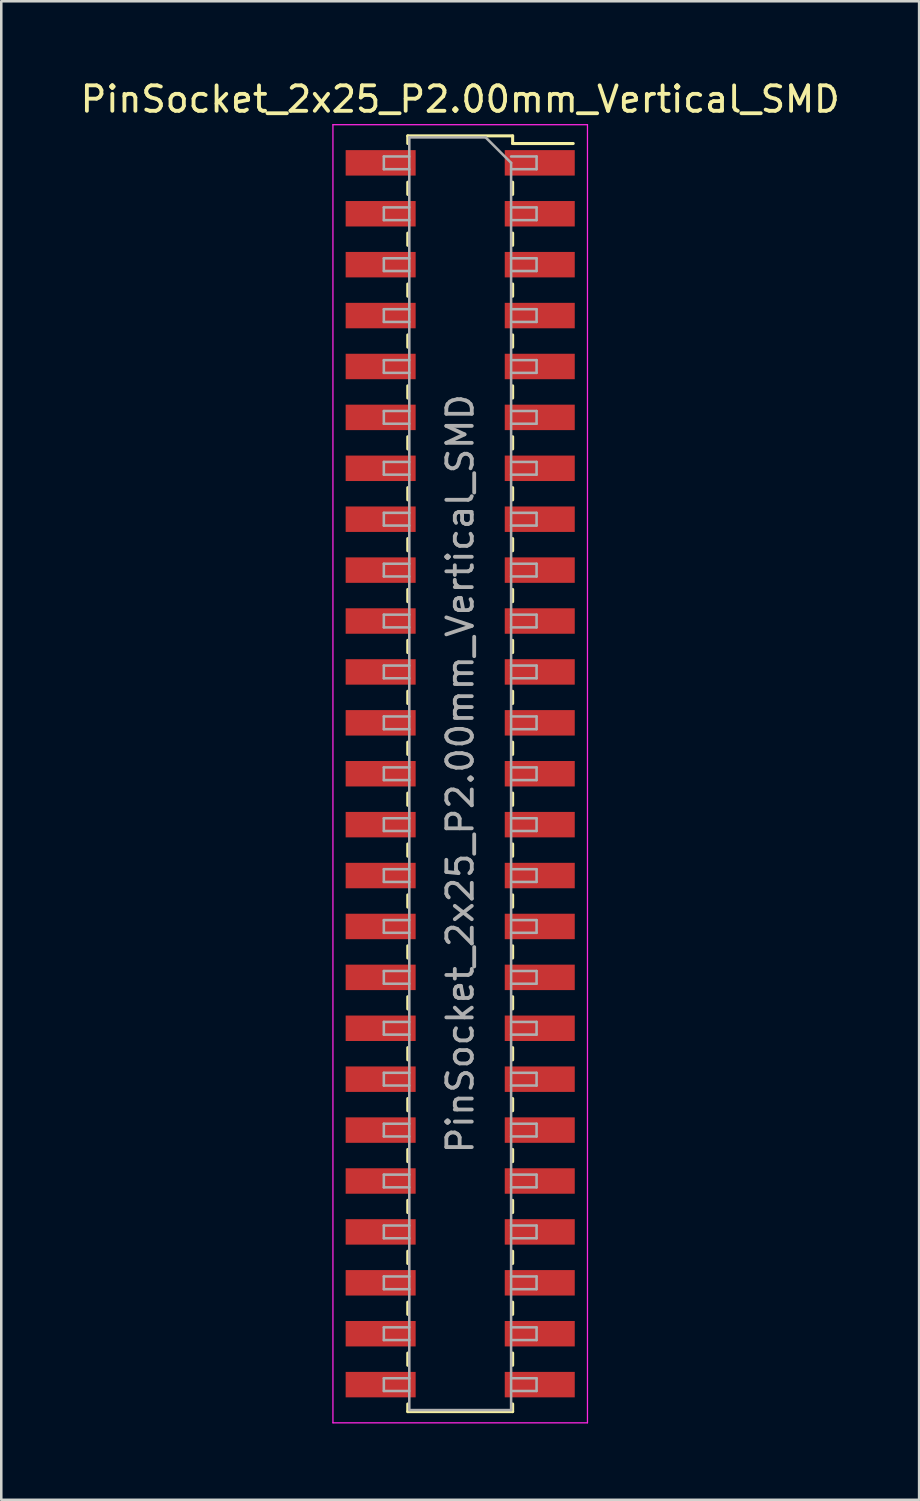
<source format=kicad_pcb>
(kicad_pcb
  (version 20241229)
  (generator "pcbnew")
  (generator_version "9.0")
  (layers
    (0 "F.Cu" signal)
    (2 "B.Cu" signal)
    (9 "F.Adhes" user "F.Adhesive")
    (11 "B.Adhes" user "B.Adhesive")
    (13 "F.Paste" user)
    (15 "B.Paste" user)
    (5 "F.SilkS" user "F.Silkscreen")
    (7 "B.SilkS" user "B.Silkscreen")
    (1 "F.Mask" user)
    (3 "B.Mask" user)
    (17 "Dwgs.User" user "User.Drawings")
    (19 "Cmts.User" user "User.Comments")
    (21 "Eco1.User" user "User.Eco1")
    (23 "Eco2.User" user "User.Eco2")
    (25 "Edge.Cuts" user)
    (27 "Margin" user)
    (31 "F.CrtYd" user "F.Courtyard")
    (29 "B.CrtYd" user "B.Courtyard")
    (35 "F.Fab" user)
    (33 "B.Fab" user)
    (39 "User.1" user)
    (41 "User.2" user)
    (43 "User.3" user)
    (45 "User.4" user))
  (footprint "PinSocket_2x25_P2.00mm_Vertical_SMD"
    (layer "F.Cu")
    (at 15.03 27.348)
    (property "Reference" "PinSocket_2x25_P2.00mm_Vertical_SMD" (at 0 -26.5 0) (layer "F.SilkS") (effects (font (size 1 1) (thickness 0.15))))
    (attr smd)
    (fp_line (start -2.06 -25.06) (end -2.06 -24.76) (stroke (width 0.12) (type solid)) (layer "F.SilkS"))
    (fp_line (start -2.06 -25.06) (end 2.06 -25.06) (stroke (width 0.12) (type solid)) (layer "F.SilkS"))
    (fp_line (start -2.06 -23.24) (end -2.06 -22.76) (stroke (width 0.12) (type solid)) (layer "F.SilkS"))
    (fp_line (start -2.06 -21.24) (end -2.06 -20.76) (stroke (width 0.12) (type solid)) (layer "F.SilkS"))
    (fp_line (start -2.06 -19.24) (end -2.06 -18.76) (stroke (width 0.12) (type solid)) (layer "F.SilkS"))
    (fp_line (start -2.06 -17.24) (end -2.06 -16.76) (stroke (width 0.12) (type solid)) (layer "F.SilkS"))
    (fp_line (start -2.06 -15.24) (end -2.06 -14.76) (stroke (width 0.12) (type solid)) (layer "F.SilkS"))
    (fp_line (start -2.06 -13.24) (end -2.06 -12.76) (stroke (width 0.12) (type solid)) (layer "F.SilkS"))
    (fp_line (start -2.06 -11.24) (end -2.06 -10.76) (stroke (width 0.12) (type solid)) (layer "F.SilkS"))
    (fp_line (start -2.06 -9.24) (end -2.06 -8.76) (stroke (width 0.12) (type solid)) (layer "F.SilkS"))
    (fp_line (start -2.06 -7.24) (end -2.06 -6.76) (stroke (width 0.12) (type solid)) (layer "F.SilkS"))
    (fp_line (start -2.06 -5.24) (end -2.06 -4.76) (stroke (width 0.12) (type solid)) (layer "F.SilkS"))
    (fp_line (start -2.06 -3.24) (end -2.06 -2.76) (stroke (width 0.12) (type solid)) (layer "F.SilkS"))
    (fp_line (start -2.06 -1.24) (end -2.06 -0.76) (stroke (width 0.12) (type solid)) (layer "F.SilkS"))
    (fp_line (start -2.06 0.76) (end -2.06 1.24) (stroke (width 0.12) (type solid)) (layer "F.SilkS"))
    (fp_line (start -2.06 2.76) (end -2.06 3.24) (stroke (width 0.12) (type solid)) (layer "F.SilkS"))
    (fp_line (start -2.06 4.76) (end -2.06 5.24) (stroke (width 0.12) (type solid)) (layer "F.SilkS"))
    (fp_line (start -2.06 6.76) (end -2.06 7.24) (stroke (width 0.12) (type solid)) (layer "F.SilkS"))
    (fp_line (start -2.06 8.76) (end -2.06 9.24) (stroke (width 0.12) (type solid)) (layer "F.SilkS"))
    (fp_line (start -2.06 10.76) (end -2.06 11.24) (stroke (width 0.12) (type solid)) (layer "F.SilkS"))
    (fp_line (start -2.06 12.76) (end -2.06 13.24) (stroke (width 0.12) (type solid)) (layer "F.SilkS"))
    (fp_line (start -2.06 14.76) (end -2.06 15.24) (stroke (width 0.12) (type solid)) (layer "F.SilkS"))
    (fp_line (start -2.06 16.76) (end -2.06 17.24) (stroke (width 0.12) (type solid)) (layer "F.SilkS"))
    (fp_line (start -2.06 18.76) (end -2.06 19.24) (stroke (width 0.12) (type solid)) (layer "F.SilkS"))
    (fp_line (start -2.06 20.76) (end -2.06 21.24) (stroke (width 0.12) (type solid)) (layer "F.SilkS"))
    (fp_line (start -2.06 22.76) (end -2.06 23.24) (stroke (width 0.12) (type solid)) (layer "F.SilkS"))
    (fp_line (start -2.06 24.76) (end -2.06 25.06) (stroke (width 0.12) (type solid)) (layer "F.SilkS"))
    (fp_line (start -2.06 25.06) (end 2.06 25.06) (stroke (width 0.12) (type solid)) (layer "F.SilkS"))
    (fp_line (start 2.06 -25.06) (end 2.06 -24.76) (stroke (width 0.12) (type solid)) (layer "F.SilkS"))
    (fp_line (start 2.06 -24.76) (end 4.44 -24.76) (stroke (width 0.12) (type solid)) (layer "F.SilkS"))
    (fp_line (start 2.06 -23.24) (end 2.06 -22.76) (stroke (width 0.12) (type solid)) (layer "F.SilkS"))
    (fp_line (start 2.06 -21.24) (end 2.06 -20.76) (stroke (width 0.12) (type solid)) (layer "F.SilkS"))
    (fp_line (start 2.06 -19.24) (end 2.06 -18.76) (stroke (width 0.12) (type solid)) (layer "F.SilkS"))
    (fp_line (start 2.06 -17.24) (end 2.06 -16.76) (stroke (width 0.12) (type solid)) (layer "F.SilkS"))
    (fp_line (start 2.06 -15.24) (end 2.06 -14.76) (stroke (width 0.12) (type solid)) (layer "F.SilkS"))
    (fp_line (start 2.06 -13.24) (end 2.06 -12.76) (stroke (width 0.12) (type solid)) (layer "F.SilkS"))
    (fp_line (start 2.06 -11.24) (end 2.06 -10.76) (stroke (width 0.12) (type solid)) (layer "F.SilkS"))
    (fp_line (start 2.06 -9.24) (end 2.06 -8.76) (stroke (width 0.12) (type solid)) (layer "F.SilkS"))
    (fp_line (start 2.06 -7.24) (end 2.06 -6.76) (stroke (width 0.12) (type solid)) (layer "F.SilkS"))
    (fp_line (start 2.06 -5.24) (end 2.06 -4.76) (stroke (width 0.12) (type solid)) (layer "F.SilkS"))
    (fp_line (start 2.06 -3.24) (end 2.06 -2.76) (stroke (width 0.12) (type solid)) (layer "F.SilkS"))
    (fp_line (start 2.06 -1.24) (end 2.06 -0.76) (stroke (width 0.12) (type solid)) (layer "F.SilkS"))
    (fp_line (start 2.06 0.76) (end 2.06 1.24) (stroke (width 0.12) (type solid)) (layer "F.SilkS"))
    (fp_line (start 2.06 2.76) (end 2.06 3.24) (stroke (width 0.12) (type solid)) (layer "F.SilkS"))
    (fp_line (start 2.06 4.76) (end 2.06 5.24) (stroke (width 0.12) (type solid)) (layer "F.SilkS"))
    (fp_line (start 2.06 6.76) (end 2.06 7.24) (stroke (width 0.12) (type solid)) (layer "F.SilkS"))
    (fp_line (start 2.06 8.76) (end 2.06 9.24) (stroke (width 0.12) (type solid)) (layer "F.SilkS"))
    (fp_line (start 2.06 10.76) (end 2.06 11.24) (stroke (width 0.12) (type solid)) (layer "F.SilkS"))
    (fp_line (start 2.06 12.76) (end 2.06 13.24) (stroke (width 0.12) (type solid)) (layer "F.SilkS"))
    (fp_line (start 2.06 14.76) (end 2.06 15.24) (stroke (width 0.12) (type solid)) (layer "F.SilkS"))
    (fp_line (start 2.06 16.76) (end 2.06 17.24) (stroke (width 0.12) (type solid)) (layer "F.SilkS"))
    (fp_line (start 2.06 18.76) (end 2.06 19.24) (stroke (width 0.12) (type solid)) (layer "F.SilkS"))
    (fp_line (start 2.06 20.76) (end 2.06 21.24) (stroke (width 0.12) (type solid)) (layer "F.SilkS"))
    (fp_line (start 2.06 22.76) (end 2.06 23.24) (stroke (width 0.12) (type solid)) (layer "F.SilkS"))
    (fp_line (start 2.06 24.76) (end 2.06 25.06) (stroke (width 0.12) (type solid)) (layer "F.SilkS"))
    (fp_line (start -5 -25.5) (end 5 -25.5) (stroke (width 0.05) (type solid)) (layer "F.CrtYd"))
    (fp_line (start -5 25.5) (end -5 -25.5) (stroke (width 0.05) (type solid)) (layer "F.CrtYd"))
    (fp_line (start 5 -25.5) (end 5 25.5) (stroke (width 0.05) (type solid)) (layer "F.CrtYd"))
    (fp_line (start 5 25.5) (end -5 25.5) (stroke (width 0.05) (type solid)) (layer "F.CrtYd"))
    (fp_line (start -3 -24.25) (end -2 -24.25) (stroke (width 0.1) (type solid)) (layer "F.Fab"))
    (fp_line (start -3 -23.75) (end -3 -24.25) (stroke (width 0.1) (type solid)) (layer "F.Fab"))
    (fp_line (start -3 -22.25) (end -2 -22.25) (stroke (width 0.1) (type solid)) (layer "F.Fab"))
    (fp_line (start -3 -21.75) (end -3 -22.25) (stroke (width 0.1) (type solid)) (layer "F.Fab"))
    (fp_line (start -3 -20.25) (end -2 -20.25) (stroke (width 0.1) (type solid)) (layer "F.Fab"))
    (fp_line (start -3 -19.75) (end -3 -20.25) (stroke (width 0.1) (type solid)) (layer "F.Fab"))
    (fp_line (start -3 -18.25) (end -2 -18.25) (stroke (width 0.1) (type solid)) (layer "F.Fab"))
    (fp_line (start -3 -17.75) (end -3 -18.25) (stroke (width 0.1) (type solid)) (layer "F.Fab"))
    (fp_line (start -3 -16.25) (end -2 -16.25) (stroke (width 0.1) (type solid)) (layer "F.Fab"))
    (fp_line (start -3 -15.75) (end -3 -16.25) (stroke (width 0.1) (type solid)) (layer "F.Fab"))
    (fp_line (start -3 -14.25) (end -2 -14.25) (stroke (width 0.1) (type solid)) (layer "F.Fab"))
    (fp_line (start -3 -13.75) (end -3 -14.25) (stroke (width 0.1) (type solid)) (layer "F.Fab"))
    (fp_line (start -3 -12.25) (end -2 -12.25) (stroke (width 0.1) (type solid)) (layer "F.Fab"))
    (fp_line (start -3 -11.75) (end -3 -12.25) (stroke (width 0.1) (type solid)) (layer "F.Fab"))
    (fp_line (start -3 -10.25) (end -2 -10.25) (stroke (width 0.1) (type solid)) (layer "F.Fab"))
    (fp_line (start -3 -9.75) (end -3 -10.25) (stroke (width 0.1) (type solid)) (layer "F.Fab"))
    (fp_line (start -3 -8.25) (end -2 -8.25) (stroke (width 0.1) (type solid)) (layer "F.Fab"))
    (fp_line (start -3 -7.75) (end -3 -8.25) (stroke (width 0.1) (type solid)) (layer "F.Fab"))
    (fp_line (start -3 -6.25) (end -2 -6.25) (stroke (width 0.1) (type solid)) (layer "F.Fab"))
    (fp_line (start -3 -5.75) (end -3 -6.25) (stroke (width 0.1) (type solid)) (layer "F.Fab"))
    (fp_line (start -3 -4.25) (end -2 -4.25) (stroke (width 0.1) (type solid)) (layer "F.Fab"))
    (fp_line (start -3 -3.75) (end -3 -4.25) (stroke (width 0.1) (type solid)) (layer "F.Fab"))
    (fp_line (start -3 -2.25) (end -2 -2.25) (stroke (width 0.1) (type solid)) (layer "F.Fab"))
    (fp_line (start -3 -1.75) (end -3 -2.25) (stroke (width 0.1) (type solid)) (layer "F.Fab"))
    (fp_line (start -3 -0.25) (end -2 -0.25) (stroke (width 0.1) (type solid)) (layer "F.Fab"))
    (fp_line (start -3 0.25) (end -3 -0.25) (stroke (width 0.1) (type solid)) (layer "F.Fab"))
    (fp_line (start -3 1.75) (end -2 1.75) (stroke (width 0.1) (type solid)) (layer "F.Fab"))
    (fp_line (start -3 2.25) (end -3 1.75) (stroke (width 0.1) (type solid)) (layer "F.Fab"))
    (fp_line (start -3 3.75) (end -2 3.75) (stroke (width 0.1) (type solid)) (layer "F.Fab"))
    (fp_line (start -3 4.25) (end -3 3.75) (stroke (width 0.1) (type solid)) (layer "F.Fab"))
    (fp_line (start -3 5.75) (end -2 5.75) (stroke (width 0.1) (type solid)) (layer "F.Fab"))
    (fp_line (start -3 6.25) (end -3 5.75) (stroke (width 0.1) (type solid)) (layer "F.Fab"))
    (fp_line (start -3 7.75) (end -2 7.75) (stroke (width 0.1) (type solid)) (layer "F.Fab"))
    (fp_line (start -3 8.25) (end -3 7.75) (stroke (width 0.1) (type solid)) (layer "F.Fab"))
    (fp_line (start -3 9.75) (end -2 9.75) (stroke (width 0.1) (type solid)) (layer "F.Fab"))
    (fp_line (start -3 10.25) (end -3 9.75) (stroke (width 0.1) (type solid)) (layer "F.Fab"))
    (fp_line (start -3 11.75) (end -2 11.75) (stroke (width 0.1) (type solid)) (layer "F.Fab"))
    (fp_line (start -3 12.25) (end -3 11.75) (stroke (width 0.1) (type solid)) (layer "F.Fab"))
    (fp_line (start -3 13.75) (end -2 13.75) (stroke (width 0.1) (type solid)) (layer "F.Fab"))
    (fp_line (start -3 14.25) (end -3 13.75) (stroke (width 0.1) (type solid)) (layer "F.Fab"))
    (fp_line (start -3 15.75) (end -2 15.75) (stroke (width 0.1) (type solid)) (layer "F.Fab"))
    (fp_line (start -3 16.25) (end -3 15.75) (stroke (width 0.1) (type solid)) (layer "F.Fab"))
    (fp_line (start -3 17.75) (end -2 17.75) (stroke (width 0.1) (type solid)) (layer "F.Fab"))
    (fp_line (start -3 18.25) (end -3 17.75) (stroke (width 0.1) (type solid)) (layer "F.Fab"))
    (fp_line (start -3 19.75) (end -2 19.75) (stroke (width 0.1) (type solid)) (layer "F.Fab"))
    (fp_line (start -3 20.25) (end -3 19.75) (stroke (width 0.1) (type solid)) (layer "F.Fab"))
    (fp_line (start -3 21.75) (end -2 21.75) (stroke (width 0.1) (type solid)) (layer "F.Fab"))
    (fp_line (start -3 22.25) (end -3 21.75) (stroke (width 0.1) (type solid)) (layer "F.Fab"))
    (fp_line (start -3 23.75) (end -2 23.75) (stroke (width 0.1) (type solid)) (layer "F.Fab"))
    (fp_line (start -3 24.25) (end -3 23.75) (stroke (width 0.1) (type solid)) (layer "F.Fab"))
    (fp_line (start -2 -25) (end 1 -25) (stroke (width 0.1) (type solid)) (layer "F.Fab"))
    (fp_line (start -2 -23.75) (end -3 -23.75) (stroke (width 0.1) (type solid)) (layer "F.Fab"))
    (fp_line (start -2 -21.75) (end -3 -21.75) (stroke (width 0.1) (type solid)) (layer "F.Fab"))
    (fp_line (start -2 -19.75) (end -3 -19.75) (stroke (width 0.1) (type solid)) (layer "F.Fab"))
    (fp_line (start -2 -17.75) (end -3 -17.75) (stroke (width 0.1) (type solid)) (layer "F.Fab"))
    (fp_line (start -2 -15.75) (end -3 -15.75) (stroke (width 0.1) (type solid)) (layer "F.Fab"))
    (fp_line (start -2 -13.75) (end -3 -13.75) (stroke (width 0.1) (type solid)) (layer "F.Fab"))
    (fp_line (start -2 -11.75) (end -3 -11.75) (stroke (width 0.1) (type solid)) (layer "F.Fab"))
    (fp_line (start -2 -9.75) (end -3 -9.75) (stroke (width 0.1) (type solid)) (layer "F.Fab"))
    (fp_line (start -2 -7.75) (end -3 -7.75) (stroke (width 0.1) (type solid)) (layer "F.Fab"))
    (fp_line (start -2 -5.75) (end -3 -5.75) (stroke (width 0.1) (type solid)) (layer "F.Fab"))
    (fp_line (start -2 -3.75) (end -3 -3.75) (stroke (width 0.1) (type solid)) (layer "F.Fab"))
    (fp_line (start -2 -1.75) (end -3 -1.75) (stroke (width 0.1) (type solid)) (layer "F.Fab"))
    (fp_line (start -2 0.25) (end -3 0.25) (stroke (width 0.1) (type solid)) (layer "F.Fab"))
    (fp_line (start -2 2.25) (end -3 2.25) (stroke (width 0.1) (type solid)) (layer "F.Fab"))
    (fp_line (start -2 4.25) (end -3 4.25) (stroke (width 0.1) (type solid)) (layer "F.Fab"))
    (fp_line (start -2 6.25) (end -3 6.25) (stroke (width 0.1) (type solid)) (layer "F.Fab"))
    (fp_line (start -2 8.25) (end -3 8.25) (stroke (width 0.1) (type solid)) (layer "F.Fab"))
    (fp_line (start -2 10.25) (end -3 10.25) (stroke (width 0.1) (type solid)) (layer "F.Fab"))
    (fp_line (start -2 12.25) (end -3 12.25) (stroke (width 0.1) (type solid)) (layer "F.Fab"))
    (fp_line (start -2 14.25) (end -3 14.25) (stroke (width 0.1) (type solid)) (layer "F.Fab"))
    (fp_line (start -2 16.25) (end -3 16.25) (stroke (width 0.1) (type solid)) (layer "F.Fab"))
    (fp_line (start -2 18.25) (end -3 18.25) (stroke (width 0.1) (type solid)) (layer "F.Fab"))
    (fp_line (start -2 20.25) (end -3 20.25) (stroke (width 0.1) (type solid)) (layer "F.Fab"))
    (fp_line (start -2 22.25) (end -3 22.25) (stroke (width 0.1) (type solid)) (layer "F.Fab"))
    (fp_line (start -2 24.25) (end -3 24.25) (stroke (width 0.1) (type solid)) (layer "F.Fab"))
    (fp_line (start -2 25) (end -2 -25) (stroke (width 0.1) (type solid)) (layer "F.Fab"))
    (fp_line (start 1 -25) (end 2 -24) (stroke (width 0.1) (type solid)) (layer "F.Fab"))
    (fp_line (start 2 -24.25) (end 3 -24.25) (stroke (width 0.1) (type solid)) (layer "F.Fab"))
    (fp_line (start 2 -24) (end 2 25) (stroke (width 0.1) (type solid)) (layer "F.Fab"))
    (fp_line (start 2 -22.25) (end 3 -22.25) (stroke (width 0.1) (type solid)) (layer "F.Fab"))
    (fp_line (start 2 -20.25) (end 3 -20.25) (stroke (width 0.1) (type solid)) (layer "F.Fab"))
    (fp_line (start 2 -18.25) (end 3 -18.25) (stroke (width 0.1) (type solid)) (layer "F.Fab"))
    (fp_line (start 2 -16.25) (end 3 -16.25) (stroke (width 0.1) (type solid)) (layer "F.Fab"))
    (fp_line (start 2 -14.25) (end 3 -14.25) (stroke (width 0.1) (type solid)) (layer "F.Fab"))
    (fp_line (start 2 -12.25) (end 3 -12.25) (stroke (width 0.1) (type solid)) (layer "F.Fab"))
    (fp_line (start 2 -10.25) (end 3 -10.25) (stroke (width 0.1) (type solid)) (layer "F.Fab"))
    (fp_line (start 2 -8.25) (end 3 -8.25) (stroke (width 0.1) (type solid)) (layer "F.Fab"))
    (fp_line (start 2 -6.25) (end 3 -6.25) (stroke (width 0.1) (type solid)) (layer "F.Fab"))
    (fp_line (start 2 -4.25) (end 3 -4.25) (stroke (width 0.1) (type solid)) (layer "F.Fab"))
    (fp_line (start 2 -2.25) (end 3 -2.25) (stroke (width 0.1) (type solid)) (layer "F.Fab"))
    (fp_line (start 2 -0.25) (end 3 -0.25) (stroke (width 0.1) (type solid)) (layer "F.Fab"))
    (fp_line (start 2 1.75) (end 3 1.75) (stroke (width 0.1) (type solid)) (layer "F.Fab"))
    (fp_line (start 2 3.75) (end 3 3.75) (stroke (width 0.1) (type solid)) (layer "F.Fab"))
    (fp_line (start 2 5.75) (end 3 5.75) (stroke (width 0.1) (type solid)) (layer "F.Fab"))
    (fp_line (start 2 7.75) (end 3 7.75) (stroke (width 0.1) (type solid)) (layer "F.Fab"))
    (fp_line (start 2 9.75) (end 3 9.75) (stroke (width 0.1) (type solid)) (layer "F.Fab"))
    (fp_line (start 2 11.75) (end 3 11.75) (stroke (width 0.1) (type solid)) (layer "F.Fab"))
    (fp_line (start 2 13.75) (end 3 13.75) (stroke (width 0.1) (type solid)) (layer "F.Fab"))
    (fp_line (start 2 15.75) (end 3 15.75) (stroke (width 0.1) (type solid)) (layer "F.Fab"))
    (fp_line (start 2 17.75) (end 3 17.75) (stroke (width 0.1) (type solid)) (layer "F.Fab"))
    (fp_line (start 2 19.75) (end 3 19.75) (stroke (width 0.1) (type solid)) (layer "F.Fab"))
    (fp_line (start 2 21.75) (end 3 21.75) (stroke (width 0.1) (type solid)) (layer "F.Fab"))
    (fp_line (start 2 23.75) (end 3 23.75) (stroke (width 0.1) (type solid)) (layer "F.Fab"))
    (fp_line (start 2 25) (end -2 25) (stroke (width 0.1) (type solid)) (layer "F.Fab"))
    (fp_line (start 3 -24.25) (end 3 -23.75) (stroke (width 0.1) (type solid)) (layer "F.Fab"))
    (fp_line (start 3 -23.75) (end 2 -23.75) (stroke (width 0.1) (type solid)) (layer "F.Fab"))
    (fp_line (start 3 -22.25) (end 3 -21.75) (stroke (width 0.1) (type solid)) (layer "F.Fab"))
    (fp_line (start 3 -21.75) (end 2 -21.75) (stroke (width 0.1) (type solid)) (layer "F.Fab"))
    (fp_line (start 3 -20.25) (end 3 -19.75) (stroke (width 0.1) (type solid)) (layer "F.Fab"))
    (fp_line (start 3 -19.75) (end 2 -19.75) (stroke (width 0.1) (type solid)) (layer "F.Fab"))
    (fp_line (start 3 -18.25) (end 3 -17.75) (stroke (width 0.1) (type solid)) (layer "F.Fab"))
    (fp_line (start 3 -17.75) (end 2 -17.75) (stroke (width 0.1) (type solid)) (layer "F.Fab"))
    (fp_line (start 3 -16.25) (end 3 -15.75) (stroke (width 0.1) (type solid)) (layer "F.Fab"))
    (fp_line (start 3 -15.75) (end 2 -15.75) (stroke (width 0.1) (type solid)) (layer "F.Fab"))
    (fp_line (start 3 -14.25) (end 3 -13.75) (stroke (width 0.1) (type solid)) (layer "F.Fab"))
    (fp_line (start 3 -13.75) (end 2 -13.75) (stroke (width 0.1) (type solid)) (layer "F.Fab"))
    (fp_line (start 3 -12.25) (end 3 -11.75) (stroke (width 0.1) (type solid)) (layer "F.Fab"))
    (fp_line (start 3 -11.75) (end 2 -11.75) (stroke (width 0.1) (type solid)) (layer "F.Fab"))
    (fp_line (start 3 -10.25) (end 3 -9.75) (stroke (width 0.1) (type solid)) (layer "F.Fab"))
    (fp_line (start 3 -9.75) (end 2 -9.75) (stroke (width 0.1) (type solid)) (layer "F.Fab"))
    (fp_line (start 3 -8.25) (end 3 -7.75) (stroke (width 0.1) (type solid)) (layer "F.Fab"))
    (fp_line (start 3 -7.75) (end 2 -7.75) (stroke (width 0.1) (type solid)) (layer "F.Fab"))
    (fp_line (start 3 -6.25) (end 3 -5.75) (stroke (width 0.1) (type solid)) (layer "F.Fab"))
    (fp_line (start 3 -5.75) (end 2 -5.75) (stroke (width 0.1) (type solid)) (layer "F.Fab"))
    (fp_line (start 3 -4.25) (end 3 -3.75) (stroke (width 0.1) (type solid)) (layer "F.Fab"))
    (fp_line (start 3 -3.75) (end 2 -3.75) (stroke (width 0.1) (type solid)) (layer "F.Fab"))
    (fp_line (start 3 -2.25) (end 3 -1.75) (stroke (width 0.1) (type solid)) (layer "F.Fab"))
    (fp_line (start 3 -1.75) (end 2 -1.75) (stroke (width 0.1) (type solid)) (layer "F.Fab"))
    (fp_line (start 3 -0.25) (end 3 0.25) (stroke (width 0.1) (type solid)) (layer "F.Fab"))
    (fp_line (start 3 0.25) (end 2 0.25) (stroke (width 0.1) (type solid)) (layer "F.Fab"))
    (fp_line (start 3 1.75) (end 3 2.25) (stroke (width 0.1) (type solid)) (layer "F.Fab"))
    (fp_line (start 3 2.25) (end 2 2.25) (stroke (width 0.1) (type solid)) (layer "F.Fab"))
    (fp_line (start 3 3.75) (end 3 4.25) (stroke (width 0.1) (type solid)) (layer "F.Fab"))
    (fp_line (start 3 4.25) (end 2 4.25) (stroke (width 0.1) (type solid)) (layer "F.Fab"))
    (fp_line (start 3 5.75) (end 3 6.25) (stroke (width 0.1) (type solid)) (layer "F.Fab"))
    (fp_line (start 3 6.25) (end 2 6.25) (stroke (width 0.1) (type solid)) (layer "F.Fab"))
    (fp_line (start 3 7.75) (end 3 8.25) (stroke (width 0.1) (type solid)) (layer "F.Fab"))
    (fp_line (start 3 8.25) (end 2 8.25) (stroke (width 0.1) (type solid)) (layer "F.Fab"))
    (fp_line (start 3 9.75) (end 3 10.25) (stroke (width 0.1) (type solid)) (layer "F.Fab"))
    (fp_line (start 3 10.25) (end 2 10.25) (stroke (width 0.1) (type solid)) (layer "F.Fab"))
    (fp_line (start 3 11.75) (end 3 12.25) (stroke (width 0.1) (type solid)) (layer "F.Fab"))
    (fp_line (start 3 12.25) (end 2 12.25) (stroke (width 0.1) (type solid)) (layer "F.Fab"))
    (fp_line (start 3 13.75) (end 3 14.25) (stroke (width 0.1) (type solid)) (layer "F.Fab"))
    (fp_line (start 3 14.25) (end 2 14.25) (stroke (width 0.1) (type solid)) (layer "F.Fab"))
    (fp_line (start 3 15.75) (end 3 16.25) (stroke (width 0.1) (type solid)) (layer "F.Fab"))
    (fp_line (start 3 16.25) (end 2 16.25) (stroke (width 0.1) (type solid)) (layer "F.Fab"))
    (fp_line (start 3 17.75) (end 3 18.25) (stroke (width 0.1) (type solid)) (layer "F.Fab"))
    (fp_line (start 3 18.25) (end 2 18.25) (stroke (width 0.1) (type solid)) (layer "F.Fab"))
    (fp_line (start 3 19.75) (end 3 20.25) (stroke (width 0.1) (type solid)) (layer "F.Fab"))
    (fp_line (start 3 20.25) (end 2 20.25) (stroke (width 0.1) (type solid)) (layer "F.Fab"))
    (fp_line (start 3 21.75) (end 3 22.25) (stroke (width 0.1) (type solid)) (layer "F.Fab"))
    (fp_line (start 3 22.25) (end 2 22.25) (stroke (width 0.1) (type solid)) (layer "F.Fab"))
    (fp_line (start 3 23.75) (end 3 24.25) (stroke (width 0.1) (type solid)) (layer "F.Fab"))
    (fp_line (start 3 24.25) (end 2 24.25) (stroke (width 0.1) (type solid)) (layer "F.Fab"))
    (fp_text user "${REFERENCE}" (at 0 0 90) (layer "F.Fab") (effects (font (size 1 1) (thickness 0.15))))
    (pad "1" smd rect (at 3.125 -24) (size 2.75 1) (layers "F.Cu" "F.Mask" "F.Paste"))
    (pad "2" smd rect (at -3.125 -24) (size 2.75 1) (layers "F.Cu" "F.Mask" "F.Paste"))
    (pad "3" smd rect (at 3.125 -22) (size 2.75 1) (layers "F.Cu" "F.Mask" "F.Paste"))
    (pad "4" smd rect (at -3.125 -22) (size 2.75 1) (layers "F.Cu" "F.Mask" "F.Paste"))
    (pad "5" smd rect (at 3.125 -20) (size 2.75 1) (layers "F.Cu" "F.Mask" "F.Paste"))
    (pad "6" smd rect (at -3.125 -20) (size 2.75 1) (layers "F.Cu" "F.Mask" "F.Paste"))
    (pad "7" smd rect (at 3.125 -18) (size 2.75 1) (layers "F.Cu" "F.Mask" "F.Paste"))
    (pad "8" smd rect (at -3.125 -18) (size 2.75 1) (layers "F.Cu" "F.Mask" "F.Paste"))
    (pad "9" smd rect (at 3.125 -16) (size 2.75 1) (layers "F.Cu" "F.Mask" "F.Paste"))
    (pad "10" smd rect (at -3.125 -16) (size 2.75 1) (layers "F.Cu" "F.Mask" "F.Paste"))
    (pad "11" smd rect (at 3.125 -14) (size 2.75 1) (layers "F.Cu" "F.Mask" "F.Paste"))
    (pad "12" smd rect (at -3.125 -14) (size 2.75 1) (layers "F.Cu" "F.Mask" "F.Paste"))
    (pad "13" smd rect (at 3.125 -12) (size 2.75 1) (layers "F.Cu" "F.Mask" "F.Paste"))
    (pad "14" smd rect (at -3.125 -12) (size 2.75 1) (layers "F.Cu" "F.Mask" "F.Paste"))
    (pad "15" smd rect (at 3.125 -10) (size 2.75 1) (layers "F.Cu" "F.Mask" "F.Paste"))
    (pad "16" smd rect (at -3.125 -10) (size 2.75 1) (layers "F.Cu" "F.Mask" "F.Paste"))
    (pad "17" smd rect (at 3.125 -8) (size 2.75 1) (layers "F.Cu" "F.Mask" "F.Paste"))
    (pad "18" smd rect (at -3.125 -8) (size 2.75 1) (layers "F.Cu" "F.Mask" "F.Paste"))
    (pad "19" smd rect (at 3.125 -6) (size 2.75 1) (layers "F.Cu" "F.Mask" "F.Paste"))
    (pad "20" smd rect (at -3.125 -6) (size 2.75 1) (layers "F.Cu" "F.Mask" "F.Paste"))
    (pad "21" smd rect (at 3.125 -4) (size 2.75 1) (layers "F.Cu" "F.Mask" "F.Paste"))
    (pad "22" smd rect (at -3.125 -4) (size 2.75 1) (layers "F.Cu" "F.Mask" "F.Paste"))
    (pad "23" smd rect (at 3.125 -2) (size 2.75 1) (layers "F.Cu" "F.Mask" "F.Paste"))
    (pad "24" smd rect (at -3.125 -2) (size 2.75 1) (layers "F.Cu" "F.Mask" "F.Paste"))
    (pad "25" smd rect (at 3.125 0) (size 2.75 1) (layers "F.Cu" "F.Mask" "F.Paste"))
    (pad "26" smd rect (at -3.125 0) (size 2.75 1) (layers "F.Cu" "F.Mask" "F.Paste"))
    (pad "27" smd rect (at 3.125 2) (size 2.75 1) (layers "F.Cu" "F.Mask" "F.Paste"))
    (pad "28" smd rect (at -3.125 2) (size 2.75 1) (layers "F.Cu" "F.Mask" "F.Paste"))
    (pad "29" smd rect (at 3.125 4) (size 2.75 1) (layers "F.Cu" "F.Mask" "F.Paste"))
    (pad "30" smd rect (at -3.125 4) (size 2.75 1) (layers "F.Cu" "F.Mask" "F.Paste"))
    (pad "31" smd rect (at 3.125 6) (size 2.75 1) (layers "F.Cu" "F.Mask" "F.Paste"))
    (pad "32" smd rect (at -3.125 6) (size 2.75 1) (layers "F.Cu" "F.Mask" "F.Paste"))
    (pad "33" smd rect (at 3.125 8) (size 2.75 1) (layers "F.Cu" "F.Mask" "F.Paste"))
    (pad "34" smd rect (at -3.125 8) (size 2.75 1) (layers "F.Cu" "F.Mask" "F.Paste"))
    (pad "35" smd rect (at 3.125 10) (size 2.75 1) (layers "F.Cu" "F.Mask" "F.Paste"))
    (pad "36" smd rect (at -3.125 10) (size 2.75 1) (layers "F.Cu" "F.Mask" "F.Paste"))
    (pad "37" smd rect (at 3.125 12) (size 2.75 1) (layers "F.Cu" "F.Mask" "F.Paste"))
    (pad "38" smd rect (at -3.125 12) (size 2.75 1) (layers "F.Cu" "F.Mask" "F.Paste"))
    (pad "39" smd rect (at 3.125 14) (size 2.75 1) (layers "F.Cu" "F.Mask" "F.Paste"))
    (pad "40" smd rect (at -3.125 14) (size 2.75 1) (layers "F.Cu" "F.Mask" "F.Paste"))
    (pad "41" smd rect (at 3.125 16) (size 2.75 1) (layers "F.Cu" "F.Mask" "F.Paste"))
    (pad "42" smd rect (at -3.125 16) (size 2.75 1) (layers "F.Cu" "F.Mask" "F.Paste"))
    (pad "43" smd rect (at 3.125 18) (size 2.75 1) (layers "F.Cu" "F.Mask" "F.Paste"))
    (pad "44" smd rect (at -3.125 18) (size 2.75 1) (layers "F.Cu" "F.Mask" "F.Paste"))
    (pad "45" smd rect (at 3.125 20) (size 2.75 1) (layers "F.Cu" "F.Mask" "F.Paste"))
    (pad "46" smd rect (at -3.125 20) (size 2.75 1) (layers "F.Cu" "F.Mask" "F.Paste"))
    (pad "47" smd rect (at 3.125 22) (size 2.75 1) (layers "F.Cu" "F.Mask" "F.Paste"))
    (pad "48" smd rect (at -3.125 22) (size 2.75 1) (layers "F.Cu" "F.Mask" "F.Paste"))
    (pad "49" smd rect (at 3.125 24) (size 2.75 1) (layers "F.Cu" "F.Mask" "F.Paste"))
    (pad "50" smd rect (at -3.125 24) (size 2.75 1) (layers "F.Cu" "F.Mask" "F.Paste")))
  (gr_rect
    (start -3 -3)
    (end 33.06 55.873)
    (stroke (width 0.1) (type default))
    (fill no)
    (layer "Edge.Cuts")))
</source>
